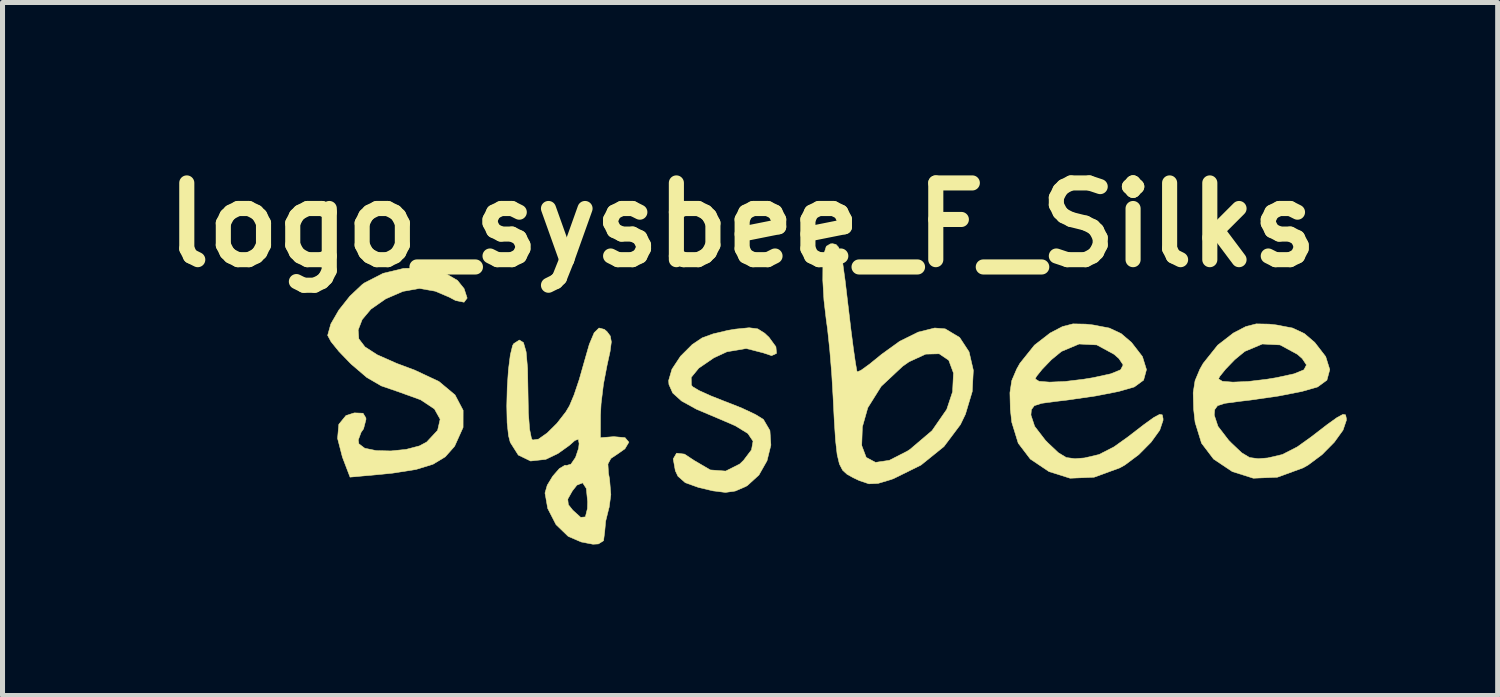
<source format=kicad_pcb>
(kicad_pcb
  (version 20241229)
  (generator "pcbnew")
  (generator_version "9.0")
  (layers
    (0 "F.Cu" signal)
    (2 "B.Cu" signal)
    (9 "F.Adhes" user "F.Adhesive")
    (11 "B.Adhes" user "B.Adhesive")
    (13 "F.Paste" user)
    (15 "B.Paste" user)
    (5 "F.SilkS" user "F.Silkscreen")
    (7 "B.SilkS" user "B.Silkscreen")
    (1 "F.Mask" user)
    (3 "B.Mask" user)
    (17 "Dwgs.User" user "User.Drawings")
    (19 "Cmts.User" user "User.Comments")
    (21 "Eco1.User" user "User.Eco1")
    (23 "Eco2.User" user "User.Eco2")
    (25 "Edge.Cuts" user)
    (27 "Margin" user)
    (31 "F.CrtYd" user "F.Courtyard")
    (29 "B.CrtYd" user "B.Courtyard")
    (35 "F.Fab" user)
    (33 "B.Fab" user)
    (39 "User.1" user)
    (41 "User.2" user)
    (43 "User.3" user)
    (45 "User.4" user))
  (footprint "logo_sysbee_F_Silks"
    (layer "F.Cu")
    (at 13.691 5.418)
    (property "Reference" "logo_sysbee_F_Silks" (at -2 -4 0) (layer "F.SilkS") (effects (font (size 1.524 1.524) (thickness 0.3))))
    (attr through_hole)
    (fp_poly (pts (xy -1.69 -1.936) (xy -1.551 -1.848) (xy -1.464 -1.765) (xy -1.329 -1.58) (xy -1.317 -1.449) (xy -1.415 -1.404) (xy -1.583 -1.46) (xy -1.919 -1.546) (xy -2.302 -1.481) (xy -2.563 -1.36) (xy -2.861 -1.156) (xy -3.012 -0.972) (xy -3.008 -0.818) (xy -2.982 -0.786) (xy -2.859 -0.712) (xy -2.625 -0.606) (xy -2.329 -0.489) (xy -2.306 -0.481) (xy -1.997 -0.358) (xy -1.736 -0.235) (xy -1.58 -0.139) (xy -1.577 -0.136) (xy -1.448 0.084) (xy -1.429 0.373) (xy -1.506 0.684) (xy -1.667 0.968) (xy -1.898 1.178) (xy -1.934 1.198) (xy -2.136 1.285) (xy -2.331 1.313) (xy -2.578 1.282) (xy -2.866 1.214) (xy -3.129 1.12) (xy -3.275 0.992) (xy -3.327 0.882) (xy -3.369 0.647) (xy -3.302 0.533) (xy -3.145 0.552) (xy -2.951 0.68) (xy -2.633 0.866) (xy -2.327 0.889) (xy -2.047 0.748) (xy -1.971 0.675) (xy -1.814 0.467) (xy -1.783 0.295) (xy -1.886 0.142) (xy -2.136 -0.011) (xy -2.465 -0.153) (xy -2.906 -0.339) (xy -3.204 -0.504) (xy -3.379 -0.662) (xy -3.454 -0.831) (xy -3.46 -0.91) (xy -3.394 -1.135) (xy -3.224 -1.392) (xy -2.991 -1.625) (xy -2.794 -1.757) (xy -2.578 -1.836) (xy -2.282 -1.906) (xy -2.131 -1.931) (xy -1.861 -1.958) (xy -1.69 -1.936)) (stroke (width 0.01) (type solid)) (fill yes) (layer "F.SilkS"))
    (fp_poly (pts (xy -7.943 -3.065) (xy -7.655 -2.899) (xy -7.523 -2.735) (xy -7.462 -2.547) (xy -7.524 -2.465) (xy -7.692 -2.499) (xy -7.816 -2.565) (xy -8.096 -2.684) (xy -8.397 -2.737) (xy -8.416 -2.738) (xy -8.739 -2.68) (xy -9.08 -2.532) (xy -9.374 -2.327) (xy -9.547 -2.121) (xy -9.627 -1.914) (xy -9.614 -1.738) (xy -9.492 -1.578) (xy -9.247 -1.42) (xy -8.862 -1.25) (xy -8.499 -1.114) (xy -8.023 -0.891) (xy -7.703 -0.624) (xy -7.542 -0.318) (xy -7.543 0.022) (xy -7.708 0.389) (xy -7.718 0.404) (xy -7.897 0.606) (xy -8.14 0.753) (xy -8.478 0.857) (xy -8.942 0.93) (xy -9.159 0.952) (xy -9.788 1.009) (xy -9.94 0.611) (xy -10.036 0.24) (xy -10.011 -0.04) (xy -9.869 -0.214) (xy -9.703 -0.267) (xy -9.53 -0.26) (xy -9.473 -0.166) (xy -9.472 -0.135) (xy -9.52 0.05) (xy -9.568 0.118) (xy -9.625 0.272) (xy -9.613 0.347) (xy -9.497 0.435) (xy -9.269 0.482) (xy -8.977 0.489) (xy -8.674 0.458) (xy -8.41 0.389) (xy -8.266 0.312) (xy -8.049 0.08) (xy -7.998 -0.141) (xy -8.112 -0.345) (xy -8.386 -0.527) (xy -8.815 -0.682) (xy -9.167 -0.803) (xy -9.456 -0.971) (xy -9.758 -1.229) (xy -9.789 -1.259) (xy -10.007 -1.485) (xy -10.165 -1.68) (xy -10.232 -1.804) (xy -10.232 -1.811) (xy -10.17 -2.033) (xy -10.011 -2.308) (xy -9.791 -2.586) (xy -9.547 -2.816) (xy -9.505 -2.847) (xy -9.133 -3.038) (xy -8.723 -3.137) (xy -8.313 -3.145) (xy -7.943 -3.065)) (stroke (width 0.01) (type solid)) (fill yes) (layer "F.SilkS"))
    (fp_poly (pts (xy -0.137 -3.613) (xy -0.085 -3.557) (xy -0.041 -3.434) (xy 0.001 -3.218) (xy 0.047 -2.884) (xy 0.103 -2.409) (xy 0.108 -2.37) (xy 0.16 -1.928) (xy 0.209 -1.55) (xy 0.25 -1.265) (xy 0.278 -1.104) (xy 0.286 -1.08) (xy 0.361 -1.113) (xy 0.529 -1.234) (xy 0.752 -1.415) (xy 0.762 -1.424) (xy 1.129 -1.689) (xy 1.497 -1.871) (xy 1.826 -1.953) (xy 2.034 -1.936) (xy 2.32 -1.765) (xy 2.507 -1.48) (xy 2.592 -1.113) (xy 2.57 -0.69) (xy 2.435 -0.24) (xy 2.336 -0.035) (xy 2.008 0.402) (xy 1.552 0.77) (xy 1.005 1.04) (xy 0.951 1.059) (xy 0.699 1.134) (xy 0.518 1.142) (xy 0.325 1.077) (xy 0.203 1.019) (xy 0.083 0.952) (xy -0.005 0.871) (xy -0.068 0.748) (xy -0.113 0.559) (xy -0.133 0.381) (xy 0.375 0.381) (xy 0.464 0.617) (xy 0.648 0.716) (xy 0.922 0.676) (xy 1.279 0.494) (xy 1.333 0.459) (xy 1.772 0.086) (xy 2.064 -0.336) (xy 2.18 -0.686) (xy 2.198 -1.058) (xy 2.104 -1.312) (xy 1.914 -1.441) (xy 1.646 -1.434) (xy 1.317 -1.283) (xy 1.188 -1.193) (xy 0.763 -0.796) (xy 0.496 -0.37) (xy 0.388 0.011) (xy 0.375 0.381) (xy -0.133 0.381) (xy -0.145 0.275) (xy -0.171 -0.129) (xy -0.194 -0.587) (xy -0.221 -1.048) (xy -0.26 -1.52) (xy -0.304 -1.933) (xy -0.33 -2.121) (xy -0.375 -2.506) (xy -0.398 -2.902) (xy -0.396 -3.171) (xy -0.372 -3.438) (xy -0.328 -3.576) (xy -0.246 -3.624) (xy -0.203 -3.627) (xy -0.137 -3.613)) (stroke (width 0.01) (type solid)) (fill yes) (layer "F.SilkS"))
    (fp_poly (pts (xy 4.827 -2.03) (xy 4.969 -2.014) (xy 5.293 -1.952) (xy 5.528 -1.842) (xy 5.734 -1.666) (xy 5.951 -1.385) (xy 6.031 -1.127) (xy 5.974 -0.917) (xy 5.789 -0.782) (xy 5.476 -0.692) (xy 5.021 -0.603) (xy 4.452 -0.521) (xy 4.223 -0.494) (xy 3.949 -0.457) (xy 3.803 -0.41) (xy 3.745 -0.331) (xy 3.736 -0.224) (xy 3.81 0) (xy 4.022 0.276) (xy 4.076 0.331) (xy 4.282 0.525) (xy 4.439 0.62) (xy 4.611 0.643) (xy 4.799 0.628) (xy 5.089 0.56) (xy 5.386 0.408) (xy 5.666 0.208) (xy 5.976 -0.031) (xy 6.176 -0.175) (xy 6.292 -0.237) (xy 6.345 -0.228) (xy 6.36 -0.157) (xy 6.361 -0.121) (xy 6.295 0.076) (xy 6.121 0.317) (xy 5.878 0.562) (xy 5.604 0.767) (xy 5.501 0.825) (xy 4.991 1.011) (xy 4.514 1.031) (xy 4.095 0.899) (xy 3.724 0.65) (xy 3.484 0.335) (xy 3.356 -0.08) (xy 3.327 -0.339) (xy 3.319 -0.667) (xy 3.355 -0.906) (xy 3.37 -0.942) (xy 3.821 -0.942) (xy 3.898 -0.894) (xy 4.107 -0.878) (xy 4.413 -0.891) (xy 4.78 -0.935) (xy 4.97 -0.966) (xy 5.322 -1.043) (xy 5.518 -1.123) (xy 5.568 -1.22) (xy 5.484 -1.346) (xy 5.387 -1.431) (xy 5.045 -1.617) (xy 4.693 -1.635) (xy 4.343 -1.488) (xy 4.142 -1.323) (xy 3.961 -1.135) (xy 3.845 -0.991) (xy 3.821 -0.942) (xy 3.37 -0.942) (xy 3.452 -1.135) (xy 3.517 -1.251) (xy 3.806 -1.612) (xy 4.117 -1.853) (xy 4.362 -1.981) (xy 4.571 -2.035) (xy 4.827 -2.03)) (stroke (width 0.01) (type solid)) (fill yes) (layer "F.SilkS"))
    (fp_poly (pts (xy 8.468 -2.03) (xy 8.61 -2.014) (xy 8.934 -1.952) (xy 9.168 -1.842) (xy 9.374 -1.666) (xy 9.591 -1.385) (xy 9.672 -1.127) (xy 9.615 -0.917) (xy 9.43 -0.782) (xy 9.116 -0.692) (xy 8.661 -0.603) (xy 8.093 -0.521) (xy 7.864 -0.494) (xy 7.589 -0.457) (xy 7.443 -0.41) (xy 7.386 -0.331) (xy 7.377 -0.224) (xy 7.451 0) (xy 7.663 0.276) (xy 7.717 0.331) (xy 7.922 0.525) (xy 8.079 0.62) (xy 8.252 0.643) (xy 8.439 0.628) (xy 8.73 0.56) (xy 9.027 0.408) (xy 9.306 0.208) (xy 9.616 -0.031) (xy 9.817 -0.175) (xy 9.933 -0.237) (xy 9.986 -0.228) (xy 10.001 -0.157) (xy 10.002 -0.121) (xy 9.935 0.076) (xy 9.761 0.317) (xy 9.519 0.562) (xy 9.244 0.767) (xy 9.142 0.825) (xy 8.632 1.011) (xy 8.154 1.031) (xy 7.736 0.899) (xy 7.364 0.65) (xy 7.125 0.335) (xy 6.997 -0.08) (xy 6.968 -0.339) (xy 6.959 -0.667) (xy 6.996 -0.906) (xy 7.011 -0.942) (xy 7.462 -0.942) (xy 7.539 -0.894) (xy 7.748 -0.878) (xy 8.053 -0.891) (xy 8.421 -0.935) (xy 8.61 -0.966) (xy 8.963 -1.043) (xy 9.159 -1.123) (xy 9.209 -1.22) (xy 9.125 -1.346) (xy 9.028 -1.431) (xy 8.685 -1.617) (xy 8.333 -1.635) (xy 7.983 -1.488) (xy 7.783 -1.323) (xy 7.602 -1.135) (xy 7.486 -0.991) (xy 7.462 -0.942) (xy 7.011 -0.942) (xy 7.092 -1.135) (xy 7.158 -1.251) (xy 7.446 -1.612) (xy 7.757 -1.853) (xy 8.003 -1.981) (xy 8.212 -2.035) (xy 8.468 -2.03)) (stroke (width 0.01) (type solid)) (fill yes) (layer "F.SilkS"))
    (fp_poly (pts (xy -4.737 -1.926) (xy -4.685 -1.882) (xy -4.619 -1.794) (xy -4.598 -1.678) (xy -4.623 -1.487) (xy -4.684 -1.208) (xy -4.755 -0.836) (xy -4.802 -0.448) (xy -4.814 -0.218) (xy -4.815 0.226) (xy -4.549 0.205) (xy -4.326 0.225) (xy -4.25 0.315) (xy -4.328 0.446) (xy -4.456 0.537) (xy -4.607 0.638) (xy -4.666 0.748) (xy -4.655 0.933) (xy -4.634 1.046) (xy -4.608 1.357) (xy -4.642 1.612) (xy -4.648 1.629) (xy -4.711 1.884) (xy -4.73 2.094) (xy -4.753 2.272) (xy -4.855 2.336) (xy -4.963 2.342) (xy -5.197 2.297) (xy -5.447 2.189) (xy -5.46 2.181) (xy -5.697 1.952) (xy -5.862 1.631) (xy -5.894 1.446) (xy -5.464 1.446) (xy -5.452 1.556) (xy -5.363 1.667) (xy -5.207 1.808) (xy -5.114 1.799) (xy -5.073 1.634) (xy -5.069 1.501) (xy -5.095 1.234) (xy -5.168 1.122) (xy -5.282 1.168) (xy -5.373 1.284) (xy -5.464 1.446) (xy -5.894 1.446) (xy -5.916 1.325) (xy -5.871 1.169) (xy -5.762 0.99) (xy -5.631 0.84) (xy -5.518 0.772) (xy -5.49 0.778) (xy -5.401 0.752) (xy -5.309 0.618) (xy -5.248 0.435) (xy -5.238 0.344) (xy -5.253 0.256) (xy -5.322 0.281) (xy -5.433 0.379) (xy -5.658 0.54) (xy -5.9 0.656) (xy -6.202 0.689) (xy -6.446 0.571) (xy -6.606 0.318) (xy -6.64 0.187) (xy -6.668 -0.07) (xy -6.675 -0.405) (xy -6.666 -0.771) (xy -6.642 -1.123) (xy -6.605 -1.416) (xy -6.559 -1.605) (xy -6.537 -1.642) (xy -6.425 -1.714) (xy -6.344 -1.664) (xy -6.291 -1.48) (xy -6.262 -1.15) (xy -6.254 -0.706) (xy -6.246 -0.266) (xy -6.222 0.057) (xy -6.185 0.24) (xy -6.163 0.272) (xy -6.046 0.255) (xy -5.872 0.132) (xy -5.679 -0.059) (xy -5.503 -0.285) (xy -5.429 -0.409) (xy -5.339 -0.623) (xy -5.235 -0.932) (xy -5.146 -1.246) (xy -5.036 -1.629) (xy -4.939 -1.859) (xy -4.843 -1.953) (xy -4.737 -1.926)) (stroke (width 0.01) (type solid)) (fill yes) (layer "F.SilkS")))
  (gr_rect
    (start -3 -3)
    (end 26.698 10.765)
    (stroke (width 0.1) (type default))
    (fill no)
    (layer "Edge.Cuts")))
</source>
